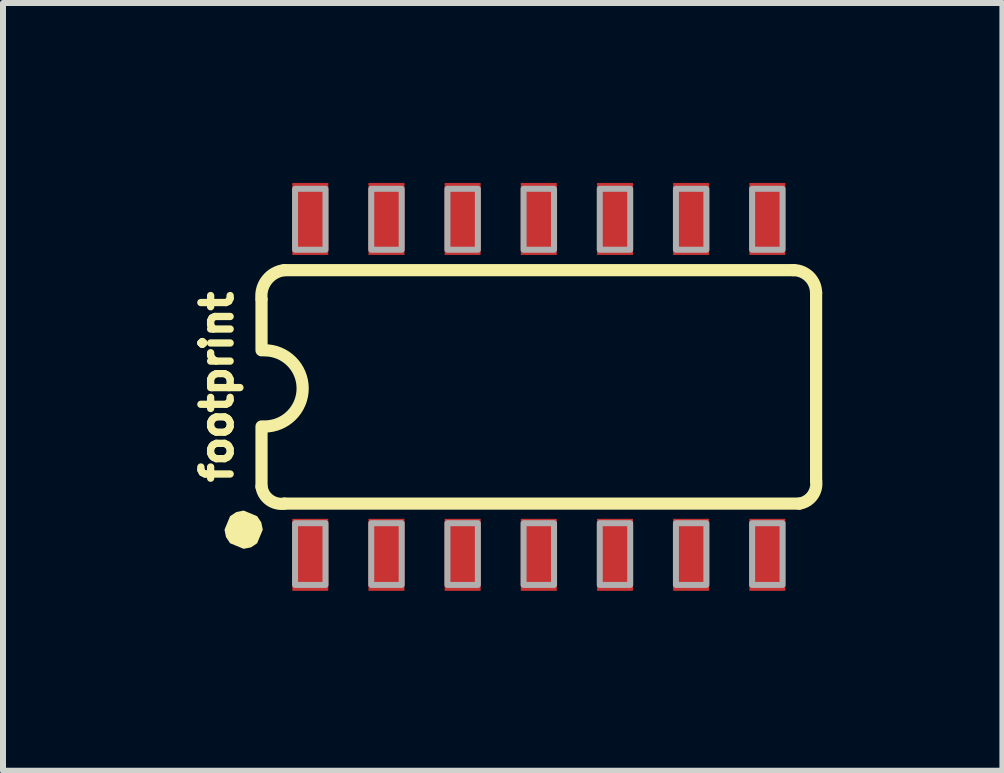
<source format=kicad_pcb>
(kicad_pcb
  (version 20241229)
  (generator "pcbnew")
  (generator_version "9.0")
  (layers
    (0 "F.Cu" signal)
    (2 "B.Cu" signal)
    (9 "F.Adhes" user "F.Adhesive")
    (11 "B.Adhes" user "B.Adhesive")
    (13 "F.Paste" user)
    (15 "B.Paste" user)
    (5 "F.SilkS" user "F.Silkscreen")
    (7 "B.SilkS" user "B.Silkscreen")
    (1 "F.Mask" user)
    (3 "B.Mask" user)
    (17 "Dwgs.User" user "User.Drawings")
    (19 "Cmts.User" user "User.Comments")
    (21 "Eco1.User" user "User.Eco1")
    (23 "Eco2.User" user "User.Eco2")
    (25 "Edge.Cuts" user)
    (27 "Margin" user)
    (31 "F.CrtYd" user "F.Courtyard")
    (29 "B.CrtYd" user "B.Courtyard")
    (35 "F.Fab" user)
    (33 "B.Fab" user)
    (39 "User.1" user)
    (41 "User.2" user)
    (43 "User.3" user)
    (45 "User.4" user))
  (footprint "footprint"
    (layer "F.Cu")
    (at 5.298 3.4)
    (property "Reference" "footprint" (at -4.445 0 90) (layer "F.SilkS") (effects (font (size 0.488 0.488) (thickness 0.122)) (justify bottom)))
    (fp_line (start -3.988 -1.453) (end -3.988 -0.61) (stroke (width 0.203) (type solid)) (layer "F.SilkS"))
    (fp_line (start -3.988 1.665) (end -3.988 0.66) (stroke (width 0.203) (type solid)) (layer "F.SilkS"))
    (fp_line (start -3.607 1.946) (end 4.977 1.946) (stroke (width 0.203) (type solid)) (layer "F.SilkS"))
    (fp_line (start 4.877 -1.946) (end -3.607 -1.946) (stroke (width 0.203) (type solid)) (layer "F.SilkS"))
    (fp_line (start 5.258 1.565) (end 5.258 -1.565) (stroke (width 0.203) (type solid)) (layer "F.SilkS"))
    (fp_arc (start -3.9878 -1.4653) (mid -3.896948 -1.784731) (end -3.6068 -1.9463) (stroke (width 0.2032) (type solid)) (layer "F.SilkS"))
    (fp_arc (start -3.937 -0.6096) (mid -3.302 0.0254) (end -3.937 0.6604) (stroke (width 0.2032) (type solid)) (layer "F.SilkS"))
    (fp_arc (start -3.606799 1.946301) (mid -3.85554 1.884767) (end -3.9878 1.6653) (stroke (width 0.2032) (type solid)) (layer "F.SilkS"))
    (fp_arc (start 4.8768 -1.9463) (mid 5.146237 -1.834736) (end 5.2578 -1.565298) (stroke (width 0.2032) (type solid)) (layer "F.SilkS"))
    (fp_arc (start 5.2578 1.5653) (mid 5.196208 1.813997) (end 4.9768 1.9463) (stroke (width 0.2032) (type solid)) (layer "F.SilkS"))
    (fp_poly (pts (xy -4.061 2.156) (xy -3.992 2.259) (xy -3.967 2.381) (xy -4.061 2.607) (xy -4.164 2.676) (xy -4.286 2.7) (xy -4.512 2.607) (xy -4.581 2.503) (xy -4.605 2.381) (xy -4.512 2.156) (xy -4.408 2.087) (xy -4.286 2.062)) (stroke (width 0) (type solid)) (fill yes) (layer "F.SilkS"))
    (fp_poly (pts (xy -3.429 -2.286) (xy -2.921 -2.286) (xy -2.921 -3.302) (xy -3.429 -3.302)) (stroke (width 0.1) (type solid)) (fill no) (layer "F.Fab"))
    (fp_poly (pts (xy -3.429 3.302) (xy -2.921 3.302) (xy -2.921 2.273) (xy -3.429 2.273)) (stroke (width 0.1) (type solid)) (fill no) (layer "F.Fab"))
    (fp_poly (pts (xy -2.159 -2.286) (xy -1.651 -2.286) (xy -1.651 -3.302) (xy -2.159 -3.302)) (stroke (width 0.1) (type solid)) (fill no) (layer "F.Fab"))
    (fp_poly (pts (xy -2.159 3.302) (xy -1.651 3.302) (xy -1.651 2.273) (xy -2.159 2.273)) (stroke (width 0.1) (type solid)) (fill no) (layer "F.Fab"))
    (fp_poly (pts (xy -0.889 -2.286) (xy -0.381 -2.286) (xy -0.381 -3.302) (xy -0.889 -3.302)) (stroke (width 0.1) (type solid)) (fill no) (layer "F.Fab"))
    (fp_poly (pts (xy -0.889 3.302) (xy -0.381 3.302) (xy -0.381 2.273) (xy -0.889 2.273)) (stroke (width 0.1) (type solid)) (fill no) (layer "F.Fab"))
    (fp_poly (pts (xy 0.381 -2.286) (xy 0.889 -2.286) (xy 0.889 -3.302) (xy 0.381 -3.302)) (stroke (width 0.1) (type solid)) (fill no) (layer "F.Fab"))
    (fp_poly (pts (xy 0.381 3.302) (xy 0.889 3.302) (xy 0.889 2.273) (xy 0.381 2.273)) (stroke (width 0.1) (type solid)) (fill no) (layer "F.Fab"))
    (fp_poly (pts (xy 1.651 -2.286) (xy 2.159 -2.286) (xy 2.159 -3.302) (xy 1.651 -3.302)) (stroke (width 0.1) (type solid)) (fill no) (layer "F.Fab"))
    (fp_poly (pts (xy 1.651 3.302) (xy 2.159 3.302) (xy 2.159 2.273) (xy 1.651 2.273)) (stroke (width 0.1) (type solid)) (fill no) (layer "F.Fab"))
    (fp_poly (pts (xy 2.921 -2.286) (xy 3.429 -2.286) (xy 3.429 -3.302) (xy 2.921 -3.302)) (stroke (width 0.1) (type solid)) (fill no) (layer "F.Fab"))
    (fp_poly (pts (xy 2.921 3.302) (xy 3.429 3.302) (xy 3.429 2.273) (xy 2.921 2.273)) (stroke (width 0.1) (type solid)) (fill no) (layer "F.Fab"))
    (fp_poly (pts (xy 4.191 -2.286) (xy 4.699 -2.286) (xy 4.699 -3.302) (xy 4.191 -3.302)) (stroke (width 0.1) (type solid)) (fill no) (layer "F.Fab"))
    (fp_poly (pts (xy 4.191 3.302) (xy 4.699 3.302) (xy 4.699 2.273) (xy 4.191 2.273)) (stroke (width 0.1) (type solid)) (fill no) (layer "F.Fab"))
    (pad "1" smd rect (at -3.175 2.8) (size 0.6 1.2) (layers "F.Cu" "F.Mask" "F.Paste"))
    (pad "2" smd rect (at -1.905 2.8) (size 0.6 1.2) (layers "F.Cu" "F.Mask" "F.Paste"))
    (pad "3" smd rect (at -0.635 2.8) (size 0.6 1.2) (layers "F.Cu" "F.Mask" "F.Paste"))
    (pad "4" smd rect (at 0.635 2.8) (size 0.6 1.2) (layers "F.Cu" "F.Mask" "F.Paste"))
    (pad "5" smd rect (at 1.905 2.8) (size 0.6 1.2) (layers "F.Cu" "F.Mask" "F.Paste"))
    (pad "6" smd rect (at 3.175 2.8) (size 0.6 1.2) (layers "F.Cu" "F.Mask" "F.Paste"))
    (pad "7" smd rect (at 4.445 2.8) (size 0.6 1.2) (layers "F.Cu" "F.Mask" "F.Paste"))
    (pad "8" smd rect (at 4.445 -2.8) (size 0.6 1.2) (layers "F.Cu" "F.Mask" "F.Paste"))
    (pad "9" smd rect (at 3.175 -2.8) (size 0.6 1.2) (layers "F.Cu" "F.Mask" "F.Paste"))
    (pad "10" smd rect (at 1.905 -2.8) (size 0.6 1.2) (layers "F.Cu" "F.Mask" "F.Paste"))
    (pad "11" smd rect (at 0.635 -2.8) (size 0.6 1.2) (layers "F.Cu" "F.Mask" "F.Paste"))
    (pad "12" smd rect (at -0.635 -2.8) (size 0.6 1.2) (layers "F.Cu" "F.Mask" "F.Paste"))
    (pad "13" smd rect (at -1.905 -2.8) (size 0.6 1.2) (layers "F.Cu" "F.Mask" "F.Paste"))
    (pad "14" smd rect (at -3.175 -2.8) (size 0.6 1.2) (layers "F.Cu" "F.Mask" "F.Paste")))
  (gr_rect
    (start -3 -3)
    (end 13.662 9.8)
    (stroke (width 0.1) (type default))
    (fill no)
    (layer "Edge.Cuts")))
</source>
